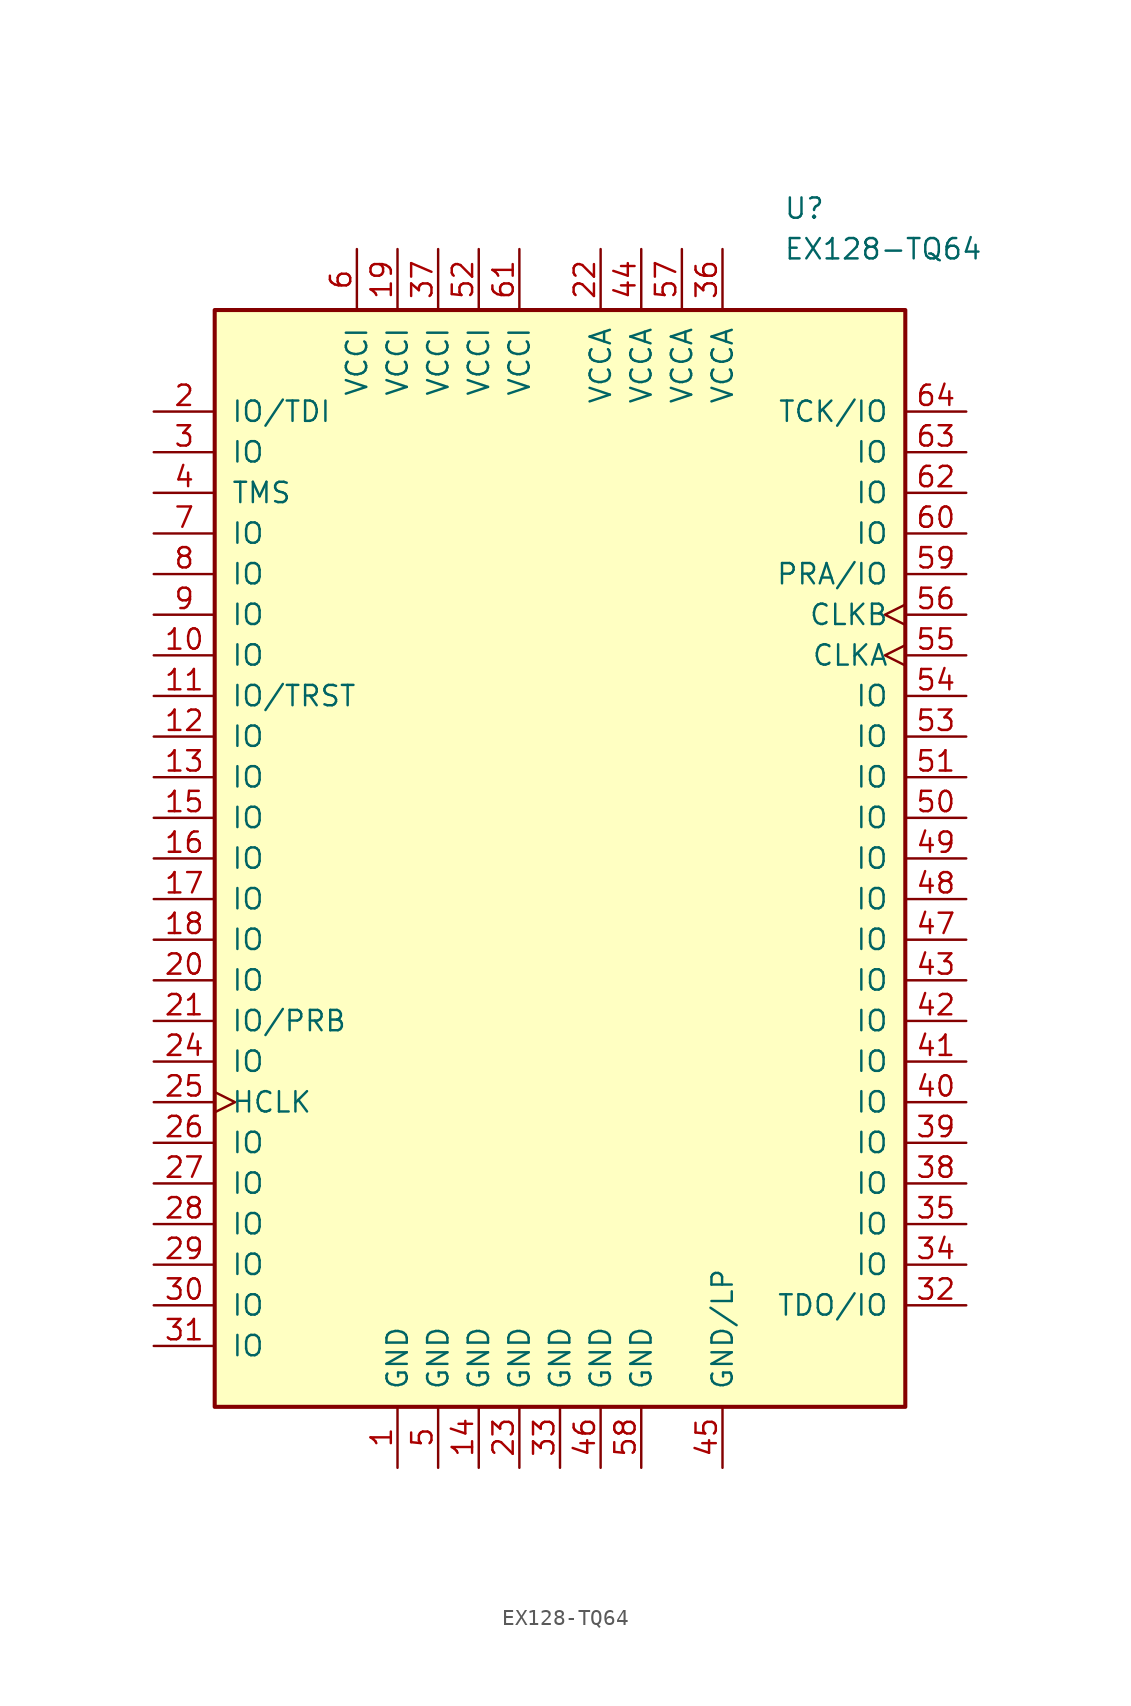
<source format=kicad_sym>
(kicad_symbol_lib
  (version 20211014)
  (generator kicad_symbol_editor)
  (symbol "EX128-TQ64"
    (pin_names
      (offset 1.016))
    (property "Reference" "U"
      (at 13.97 40.64 0)
      (effects (font (size 1.27 1.27)) (justify left)))
    (property "Value" "EX128-TQ64"
      (at 13.97 38.1 0)
      (effects (font (size 1.27 1.27)) (justify left)))
    (symbol "EX128-TQ64_0_1"
      (rectangle (start -21.59 34.29) (end 21.59 -34.29) (stroke (width 0.254) (type default) (color 0 0 0 0)) (fill (type background))))
    (symbol "EX128-TQ64_1_1"
      (pin power_out line (at -10.16 -38.1 90) (length 3.81) (name "GND" (effects (font (size 1.27 1.27)))) (number "1" (effects (font (size 1.27 1.27)))))
      (pin bidirectional line (at -25.4 12.7 0) (length 3.81) (name "IO" (effects (font (size 1.27 1.27)))) (number "10" (effects (font (size 1.27 1.27)))))
      (pin bidirectional line (at -25.4 10.16 0) (length 3.81) (name "IO/TRST" (effects (font (size 1.27 1.27)))) (number "11" (effects (font (size 1.27 1.27)))))
      (pin bidirectional line (at -25.4 7.62 0) (length 3.81) (name "IO" (effects (font (size 1.27 1.27)))) (number "12" (effects (font (size 1.27 1.27)))))
      (pin bidirectional line (at -25.4 5.08 0) (length 3.81) (name "IO" (effects (font (size 1.27 1.27)))) (number "13" (effects (font (size 1.27 1.27)))))
      (pin power_out line (at -5.08 -38.1 90) (length 3.81) (name "GND" (effects (font (size 1.27 1.27)))) (number "14" (effects (font (size 1.27 1.27)))))
      (pin bidirectional line (at -25.4 2.54 0) (length 3.81) (name "IO" (effects (font (size 1.27 1.27)))) (number "15" (effects (font (size 1.27 1.27)))))
      (pin bidirectional line (at -25.4 0 0) (length 3.81) (name "IO" (effects (font (size 1.27 1.27)))) (number "16" (effects (font (size 1.27 1.27)))))
      (pin bidirectional line (at -25.4 -2.54 0) (length 3.81) (name "IO" (effects (font (size 1.27 1.27)))) (number "17" (effects (font (size 1.27 1.27)))))
      (pin bidirectional line (at -25.4 -5.08 0) (length 3.81) (name "IO" (effects (font (size 1.27 1.27)))) (number "18" (effects (font (size 1.27 1.27)))))
      (pin power_in line (at -10.16 38.1 270) (length 3.81) (name "VCCI" (effects (font (size 1.27 1.27)))) (number "19" (effects (font (size 1.27 1.27)))))
      (pin bidirectional line (at -25.4 27.94 0) (length 3.81) (name "IO/TDI" (effects (font (size 1.27 1.27)))) (number "2" (effects (font (size 1.27 1.27)))))
      (pin bidirectional line (at -25.4 -7.62 0) (length 3.81) (name "IO" (effects (font (size 1.27 1.27)))) (number "20" (effects (font (size 1.27 1.27)))))
      (pin bidirectional line (at -25.4 -10.16 0) (length 3.81) (name "IO/PRB" (effects (font (size 1.27 1.27)))) (number "21" (effects (font (size 1.27 1.27)))))
      (pin power_in line (at 2.54 38.1 270) (length 3.81) (name "VCCA" (effects (font (size 1.27 1.27)))) (number "22" (effects (font (size 1.27 1.27)))))
      (pin power_out line (at -2.54 -38.1 90) (length 3.81) (name "GND" (effects (font (size 1.27 1.27)))) (number "23" (effects (font (size 1.27 1.27)))))
      (pin bidirectional line (at -25.4 -12.7 0) (length 3.81) (name "IO" (effects (font (size 1.27 1.27)))) (number "24" (effects (font (size 1.27 1.27)))))
      (pin input clock (at -25.4 -15.24 0) (length 3.81) (name "HCLK" (effects (font (size 1.27 1.27)))) (number "25" (effects (font (size 1.27 1.27)))))
      (pin bidirectional line (at -25.4 -17.78 0) (length 3.81) (name "IO" (effects (font (size 1.27 1.27)))) (number "26" (effects (font (size 1.27 1.27)))))
      (pin bidirectional line (at -25.4 -20.32 0) (length 3.81) (name "IO" (effects (font (size 1.27 1.27)))) (number "27" (effects (font (size 1.27 1.27)))))
      (pin bidirectional line (at -25.4 -22.86 0) (length 3.81) (name "IO" (effects (font (size 1.27 1.27)))) (number "28" (effects (font (size 1.27 1.27)))))
      (pin bidirectional line (at -25.4 -25.4 0) (length 3.81) (name "IO" (effects (font (size 1.27 1.27)))) (number "29" (effects (font (size 1.27 1.27)))))
      (pin bidirectional line (at -25.4 25.4 0) (length 3.81) (name "IO" (effects (font (size 1.27 1.27)))) (number "3" (effects (font (size 1.27 1.27)))))
      (pin bidirectional line (at -25.4 -27.94 0) (length 3.81) (name "IO" (effects (font (size 1.27 1.27)))) (number "30" (effects (font (size 1.27 1.27)))))
      (pin bidirectional line (at -25.4 -30.48 0) (length 3.81) (name "IO" (effects (font (size 1.27 1.27)))) (number "31" (effects (font (size 1.27 1.27)))))
      (pin bidirectional line (at 25.4 -27.94 180) (length 3.81) (name "TDO/IO" (effects (font (size 1.27 1.27)))) (number "32" (effects (font (size 1.27 1.27)))))
      (pin power_out line (at 0 -38.1 90) (length 3.81) (name "GND" (effects (font (size 1.27 1.27)))) (number "33" (effects (font (size 1.27 1.27)))))
      (pin bidirectional line (at 25.4 -25.4 180) (length 3.81) (name "IO" (effects (font (size 1.27 1.27)))) (number "34" (effects (font (size 1.27 1.27)))))
      (pin bidirectional line (at 25.4 -22.86 180) (length 3.81) (name "IO" (effects (font (size 1.27 1.27)))) (number "35" (effects (font (size 1.27 1.27)))))
      (pin power_in line (at 10.16 38.1 270) (length 3.81) (name "VCCA" (effects (font (size 1.27 1.27)))) (number "36" (effects (font (size 1.27 1.27)))))
      (pin power_in line (at -7.62 38.1 270) (length 3.81) (name "VCCI" (effects (font (size 1.27 1.27)))) (number "37" (effects (font (size 1.27 1.27)))))
      (pin bidirectional line (at 25.4 -20.32 180) (length 3.81) (name "IO" (effects (font (size 1.27 1.27)))) (number "38" (effects (font (size 1.27 1.27)))))
      (pin bidirectional line (at 25.4 -17.78 180) (length 3.81) (name "IO" (effects (font (size 1.27 1.27)))) (number "39" (effects (font (size 1.27 1.27)))))
      (pin input line (at -25.4 22.86 0) (length 3.81) (name "TMS" (effects (font (size 1.27 1.27)))) (number "4" (effects (font (size 1.27 1.27)))))
      (pin bidirectional line (at 25.4 -15.24 180) (length 3.81) (name "IO" (effects (font (size 1.27 1.27)))) (number "40" (effects (font (size 1.27 1.27)))))
      (pin bidirectional line (at 25.4 -12.7 180) (length 3.81) (name "IO" (effects (font (size 1.27 1.27)))) (number "41" (effects (font (size 1.27 1.27)))))
      (pin bidirectional line (at 25.4 -10.16 180) (length 3.81) (name "IO" (effects (font (size 1.27 1.27)))) (number "42" (effects (font (size 1.27 1.27)))))
      (pin bidirectional line (at 25.4 -7.62 180) (length 3.81) (name "IO" (effects (font (size 1.27 1.27)))) (number "43" (effects (font (size 1.27 1.27)))))
      (pin power_in line (at 5.08 38.1 270) (length 3.81) (name "VCCA" (effects (font (size 1.27 1.27)))) (number "44" (effects (font (size 1.27 1.27)))))
      (pin power_out line (at 10.16 -38.1 90) (length 3.81) (name "GND/LP" (effects (font (size 1.27 1.27)))) (number "45" (effects (font (size 1.27 1.27)))))
      (pin power_out line (at 2.54 -38.1 90) (length 3.81) (name "GND" (effects (font (size 1.27 1.27)))) (number "46" (effects (font (size 1.27 1.27)))))
      (pin bidirectional line (at 25.4 -5.08 180) (length 3.81) (name "IO" (effects (font (size 1.27 1.27)))) (number "47" (effects (font (size 1.27 1.27)))))
      (pin bidirectional line (at 25.4 -2.54 180) (length 3.81) (name "IO" (effects (font (size 1.27 1.27)))) (number "48" (effects (font (size 1.27 1.27)))))
      (pin bidirectional line (at 25.4 0 180) (length 3.81) (name "IO" (effects (font (size 1.27 1.27)))) (number "49" (effects (font (size 1.27 1.27)))))
      (pin power_out line (at -7.62 -38.1 90) (length 3.81) (name "GND" (effects (font (size 1.27 1.27)))) (number "5" (effects (font (size 1.27 1.27)))))
      (pin bidirectional line (at 25.4 2.54 180) (length 3.81) (name "IO" (effects (font (size 1.27 1.27)))) (number "50" (effects (font (size 1.27 1.27)))))
      (pin bidirectional line (at 25.4 5.08 180) (length 3.81) (name "IO" (effects (font (size 1.27 1.27)))) (number "51" (effects (font (size 1.27 1.27)))))
      (pin power_in line (at -5.08 38.1 270) (length 3.81) (name "VCCI" (effects (font (size 1.27 1.27)))) (number "52" (effects (font (size 1.27 1.27)))))
      (pin bidirectional line (at 25.4 7.62 180) (length 3.81) (name "IO" (effects (font (size 1.27 1.27)))) (number "53" (effects (font (size 1.27 1.27)))))
      (pin bidirectional line (at 25.4 10.16 180) (length 3.81) (name "IO" (effects (font (size 1.27 1.27)))) (number "54" (effects (font (size 1.27 1.27)))))
      (pin input clock (at 25.4 12.7 180) (length 3.81) (name "CLKA" (effects (font (size 1.27 1.27)))) (number "55" (effects (font (size 1.27 1.27)))))
      (pin input clock (at 25.4 15.24 180) (length 3.81) (name "CLKB" (effects (font (size 1.27 1.27)))) (number "56" (effects (font (size 1.27 1.27)))))
      (pin power_in line (at 7.62 38.1 270) (length 3.81) (name "VCCA" (effects (font (size 1.27 1.27)))) (number "57" (effects (font (size 1.27 1.27)))))
      (pin power_out line (at 5.08 -38.1 90) (length 3.81) (name "GND" (effects (font (size 1.27 1.27)))) (number "58" (effects (font (size 1.27 1.27)))))
      (pin bidirectional line (at 25.4 17.78 180) (length 3.81) (name "PRA/IO" (effects (font (size 1.27 1.27)))) (number "59" (effects (font (size 1.27 1.27)))))
      (pin power_in line (at -12.7 38.1 270) (length 3.81) (name "VCCI" (effects (font (size 1.27 1.27)))) (number "6" (effects (font (size 1.27 1.27)))))
      (pin bidirectional line (at 25.4 20.32 180) (length 3.81) (name "IO" (effects (font (size 1.27 1.27)))) (number "60" (effects (font (size 1.27 1.27)))))
      (pin power_in line (at -2.54 38.1 270) (length 3.81) (name "VCCI" (effects (font (size 1.27 1.27)))) (number "61" (effects (font (size 1.27 1.27)))))
      (pin bidirectional line (at 25.4 22.86 180) (length 3.81) (name "IO" (effects (font (size 1.27 1.27)))) (number "62" (effects (font (size 1.27 1.27)))))
      (pin bidirectional line (at 25.4 25.4 180) (length 3.81) (name "IO" (effects (font (size 1.27 1.27)))) (number "63" (effects (font (size 1.27 1.27)))))
      (pin bidirectional line (at 25.4 27.94 180) (length 3.81) (name "TCK/IO" (effects (font (size 1.27 1.27)))) (number "64" (effects (font (size 1.27 1.27)))))
      (pin bidirectional line (at -25.4 20.32 0) (length 3.81) (name "IO" (effects (font (size 1.27 1.27)))) (number "7" (effects (font (size 1.27 1.27)))))
      (pin bidirectional line (at -25.4 17.78 0) (length 3.81) (name "IO" (effects (font (size 1.27 1.27)))) (number "8" (effects (font (size 1.27 1.27)))))
      (pin bidirectional line (at -25.4 15.24 0) (length 3.81) (name "IO" (effects (font (size 1.27 1.27)))) (number "9" (effects (font (size 1.27 1.27))))))))
</source>
